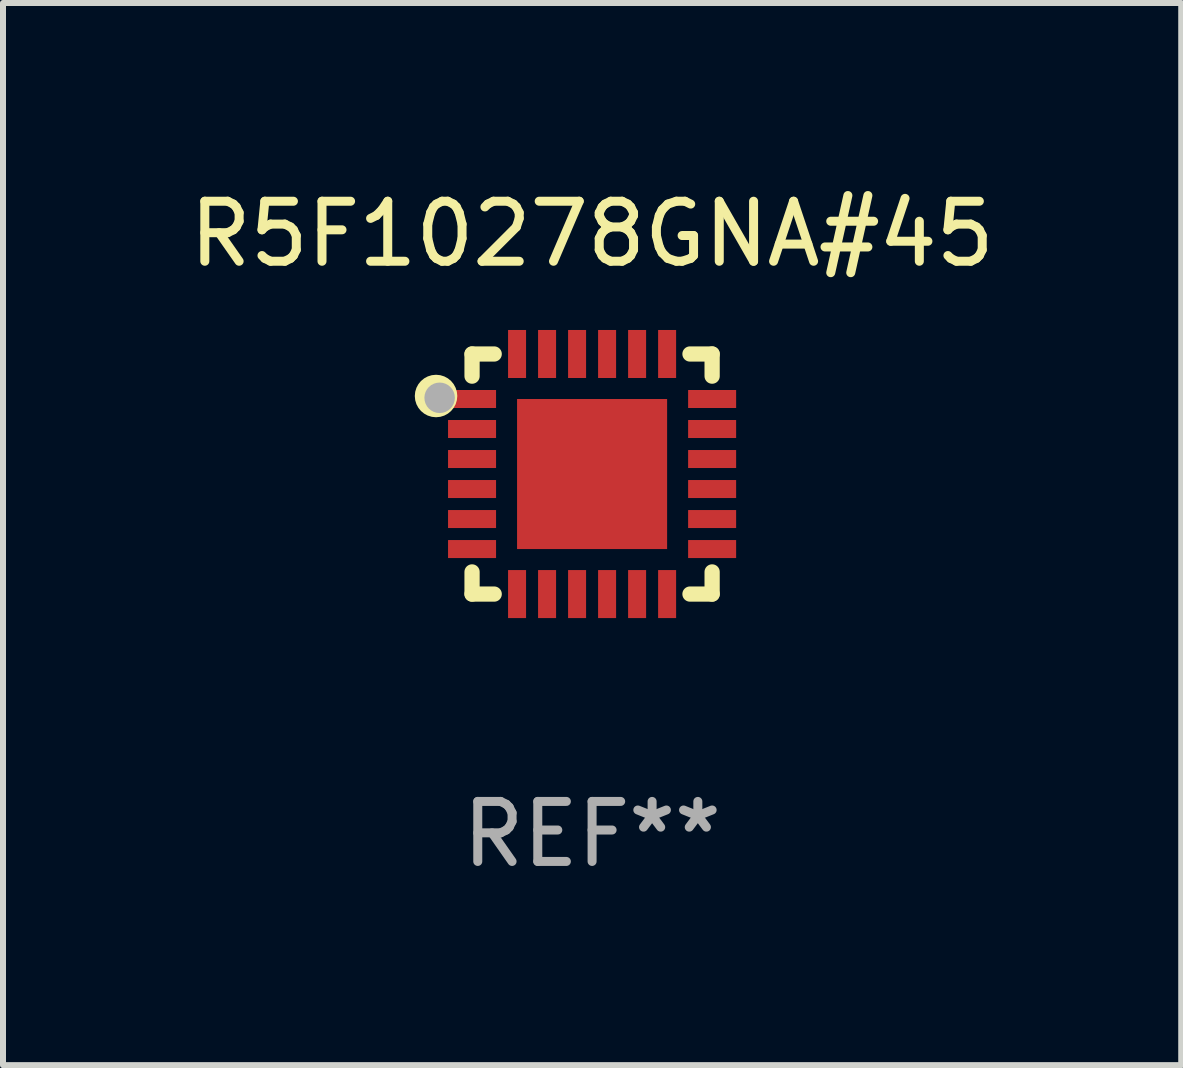
<source format=kicad_pcb>
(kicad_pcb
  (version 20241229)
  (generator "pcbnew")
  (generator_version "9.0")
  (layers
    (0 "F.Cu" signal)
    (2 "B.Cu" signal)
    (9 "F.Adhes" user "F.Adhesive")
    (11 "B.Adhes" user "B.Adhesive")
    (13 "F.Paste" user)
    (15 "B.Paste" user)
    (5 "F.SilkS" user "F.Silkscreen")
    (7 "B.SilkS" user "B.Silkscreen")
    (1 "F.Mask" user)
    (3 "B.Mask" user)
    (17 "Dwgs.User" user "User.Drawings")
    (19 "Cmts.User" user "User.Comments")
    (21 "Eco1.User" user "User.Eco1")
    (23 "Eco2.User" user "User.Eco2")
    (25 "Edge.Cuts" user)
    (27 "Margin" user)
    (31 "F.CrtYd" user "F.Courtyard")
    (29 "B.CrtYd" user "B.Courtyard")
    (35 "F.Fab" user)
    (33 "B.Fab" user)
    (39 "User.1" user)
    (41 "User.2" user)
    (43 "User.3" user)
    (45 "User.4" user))
  (footprint "R5F10278GNA#45"
    (layer "F.Cu")
    (at 6.815 4.848)
    (property "Reference" "R5F10278GNA#45" (at 0 -4 0) (layer "F.SilkS") (effects (font (size 1 1) (thickness 0.15))))
    (attr through_hole)
    (fp_line (start -2 -2) (end -1.631 -2) (stroke (width 0.254) (type solid)) (layer "F.SilkS"))
    (fp_line (start -2 -1.631) (end -2 -2) (stroke (width 0.254) (type solid)) (layer "F.SilkS"))
    (fp_line (start -2 2) (end -2 1.631) (stroke (width 0.254) (type solid)) (layer "F.SilkS"))
    (fp_line (start -1.631 2) (end -2 2) (stroke (width 0.254) (type solid)) (layer "F.SilkS"))
    (fp_line (start 1.631 -2) (end 2 -2) (stroke (width 0.254) (type solid)) (layer "F.SilkS"))
    (fp_line (start 2 -2) (end 2 -1.631) (stroke (width 0.254) (type solid)) (layer "F.SilkS"))
    (fp_line (start 2 1.631) (end 2 2) (stroke (width 0.254) (type solid)) (layer "F.SilkS"))
    (fp_line (start 2 2) (end 1.631 2) (stroke (width 0.254) (type solid)) (layer "F.SilkS"))
    (fp_circle (center -2.6 -1.3) (end -2.5 -1.3) (stroke (width 0.254) (type solid)) (fill no) (layer "F.SilkS"))
    (fp_circle (center -1.95 -1.95) (end -1.9 -1.95) (stroke (width 0.1) (type solid)) (fill no) (layer "F.SilkS"))
    (fp_circle (center -2.54 -1.27) (end -2.413 -1.27) (stroke (width 0.254) (type solid)) (fill no) (layer "F.Fab"))
    (fp_text user "REF**" (at 0 6 0) (layer "F.Fab") (effects (font (size 1 1) (thickness 0.15))))
    (pad "1" smd rect (at -2 -1.25) (size 0.8 0.3) (layers "F.Cu" "F.Mask" "F.Paste"))
    (pad "2" smd rect (at -2 -0.75) (size 0.8 0.3) (layers "F.Cu" "F.Mask" "F.Paste"))
    (pad "3" smd rect (at -2 -0.25) (size 0.8 0.3) (layers "F.Cu" "F.Mask" "F.Paste"))
    (pad "4" smd rect (at -2 0.25) (size 0.8 0.3) (layers "F.Cu" "F.Mask" "F.Paste"))
    (pad "5" smd rect (at -2 0.75) (size 0.8 0.3) (layers "F.Cu" "F.Mask" "F.Paste"))
    (pad "6" smd rect (at -2 1.25) (size 0.8 0.3) (layers "F.Cu" "F.Mask" "F.Paste"))
    (pad "7" smd rect (at -1.25 2) (size 0.3 0.8) (layers "F.Cu" "F.Mask" "F.Paste"))
    (pad "8" smd rect (at -0.75 2) (size 0.3 0.8) (layers "F.Cu" "F.Mask" "F.Paste"))
    (pad "9" smd rect (at -0.25 2) (size 0.3 0.8) (layers "F.Cu" "F.Mask" "F.Paste"))
    (pad "10" smd rect (at 0.25 2) (size 0.3 0.8) (layers "F.Cu" "F.Mask" "F.Paste"))
    (pad "11" smd rect (at 0.75 2) (size 0.3 0.8) (layers "F.Cu" "F.Mask" "F.Paste"))
    (pad "12" smd rect (at 1.25 2) (size 0.3 0.8) (layers "F.Cu" "F.Mask" "F.Paste"))
    (pad "13" smd rect (at 2 1.25) (size 0.8 0.3) (layers "F.Cu" "F.Mask" "F.Paste"))
    (pad "14" smd rect (at 2 0.75) (size 0.8 0.3) (layers "F.Cu" "F.Mask" "F.Paste"))
    (pad "15" smd rect (at 2 0.25) (size 0.8 0.3) (layers "F.Cu" "F.Mask" "F.Paste"))
    (pad "16" smd rect (at 2 -0.25) (size 0.8 0.3) (layers "F.Cu" "F.Mask" "F.Paste"))
    (pad "17" smd rect (at 2 -0.75) (size 0.8 0.3) (layers "F.Cu" "F.Mask" "F.Paste"))
    (pad "18" smd rect (at 2 -1.25) (size 0.8 0.3) (layers "F.Cu" "F.Mask" "F.Paste"))
    (pad "19" smd rect (at 1.25 -2) (size 0.3 0.8) (layers "F.Cu" "F.Mask" "F.Paste"))
    (pad "20" smd rect (at 0.75 -2) (size 0.3 0.8) (layers "F.Cu" "F.Mask" "F.Paste"))
    (pad "21" smd rect (at 0.25 -2) (size 0.3 0.8) (layers "F.Cu" "F.Mask" "F.Paste"))
    (pad "22" smd rect (at -0.25 -2) (size 0.3 0.8) (layers "F.Cu" "F.Mask" "F.Paste"))
    (pad "23" smd rect (at -0.75 -2) (size 0.3 0.8) (layers "F.Cu" "F.Mask" "F.Paste"))
    (pad "24" smd rect (at -1.25 -2) (size 0.3 0.8) (layers "F.Cu" "F.Mask" "F.Paste"))
    (pad "25" smd rect (at 0 0) (size 2.5 2.5) (layers "F.Cu" "F.Mask" "F.Paste")))
  (gr_rect
    (start -3 -3)
    (end 16.631 14.697)
    (stroke (width 0.1) (type default))
    (fill no)
    (layer "Edge.Cuts")))
</source>
